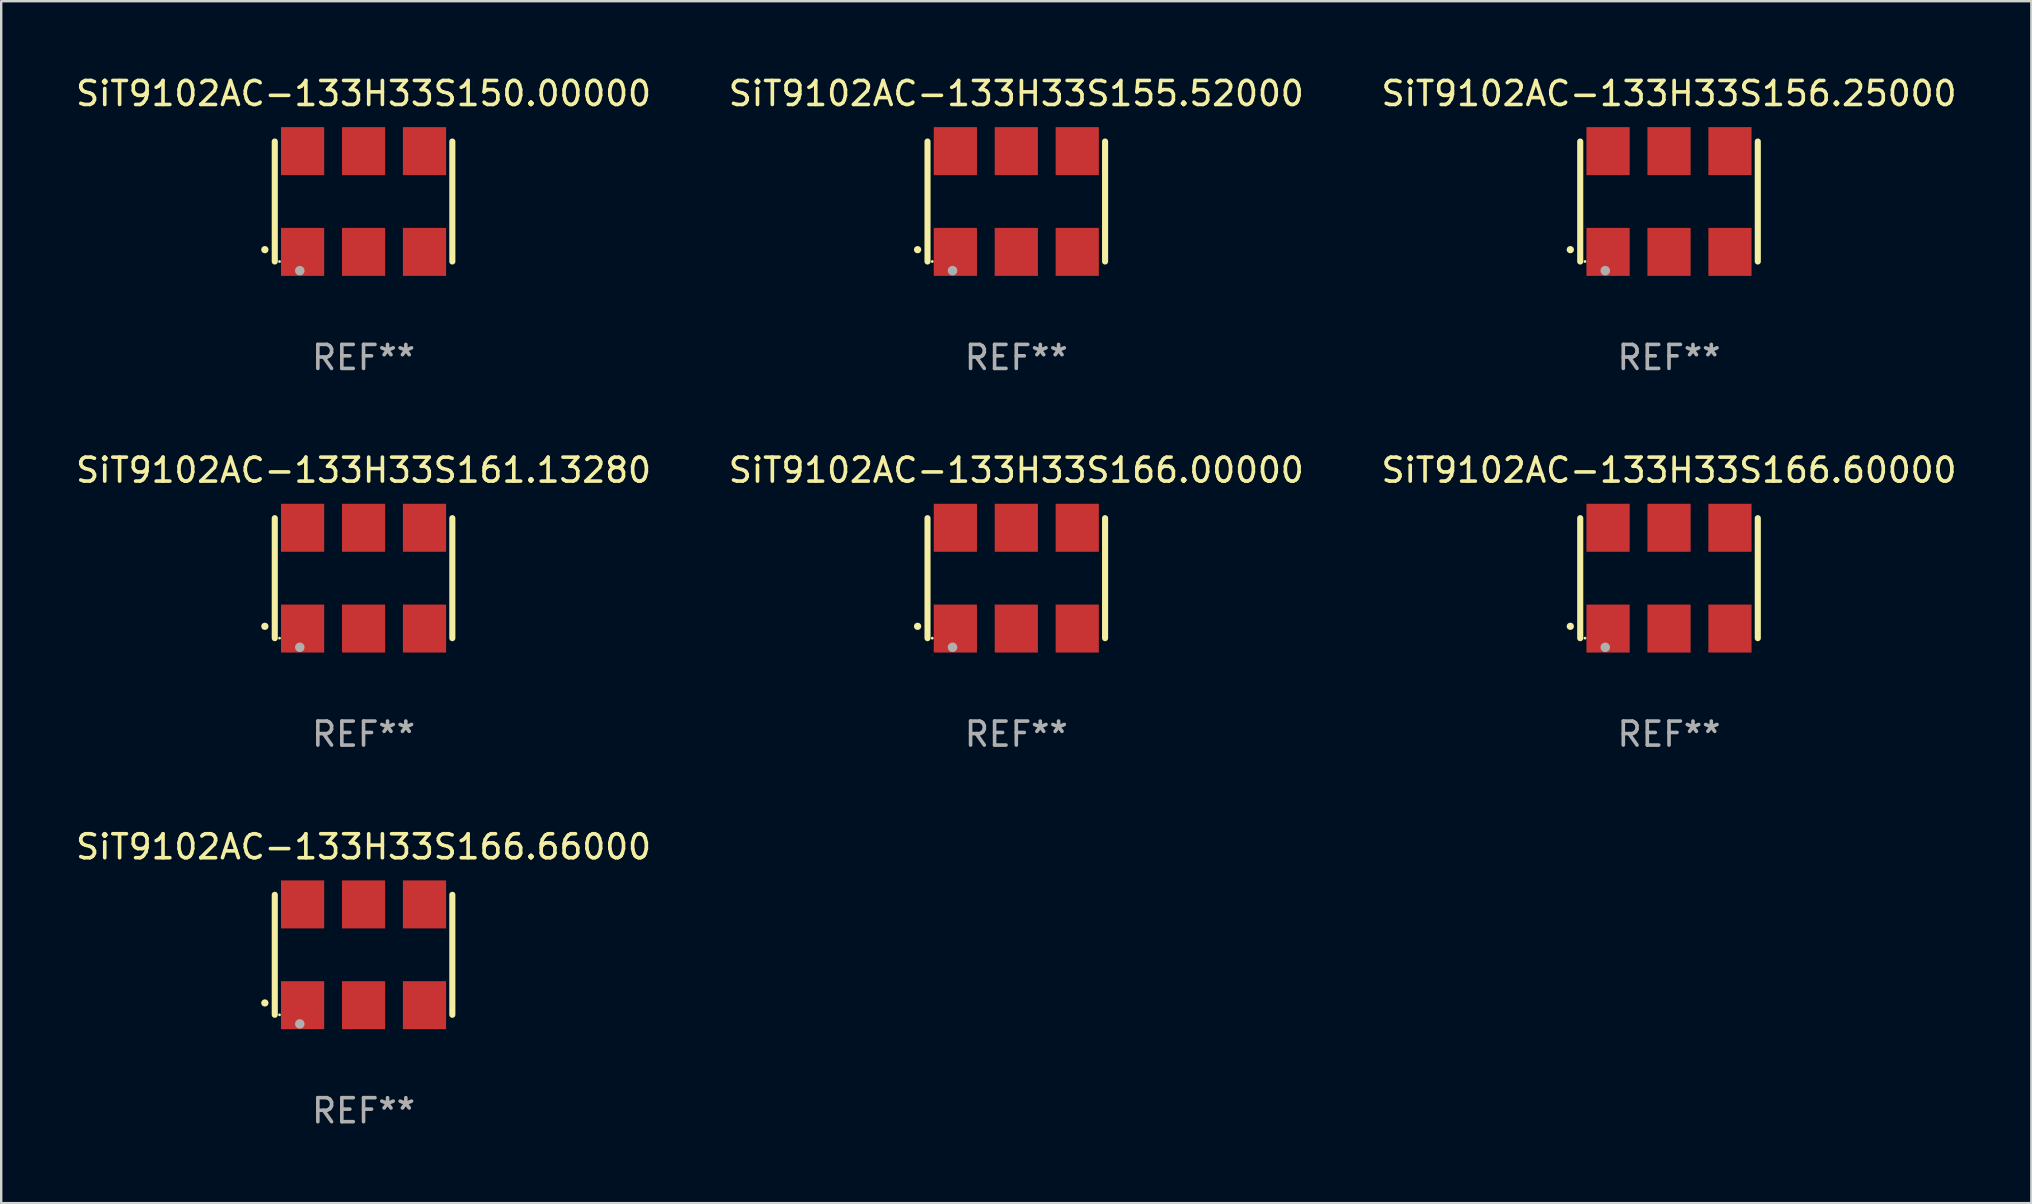
<source format=kicad_pcb>
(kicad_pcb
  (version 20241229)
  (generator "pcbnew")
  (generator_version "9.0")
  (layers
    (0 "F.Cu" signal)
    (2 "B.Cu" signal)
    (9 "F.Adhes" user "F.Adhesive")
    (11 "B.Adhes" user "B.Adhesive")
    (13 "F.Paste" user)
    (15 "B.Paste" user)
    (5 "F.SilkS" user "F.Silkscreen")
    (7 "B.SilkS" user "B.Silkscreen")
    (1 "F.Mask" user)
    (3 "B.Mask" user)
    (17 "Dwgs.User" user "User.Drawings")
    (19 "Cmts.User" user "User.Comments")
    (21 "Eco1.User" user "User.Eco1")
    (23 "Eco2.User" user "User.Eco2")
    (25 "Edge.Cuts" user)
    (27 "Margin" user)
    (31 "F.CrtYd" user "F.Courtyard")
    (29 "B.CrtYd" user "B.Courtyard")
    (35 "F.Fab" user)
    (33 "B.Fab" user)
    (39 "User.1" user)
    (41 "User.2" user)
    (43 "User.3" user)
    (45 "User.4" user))
  (footprint "SiT9102AC-133H33S166.66000"
    (layer "F.Cu")
    (at 12.101 36.741)
    (property "Reference" "SiT9102AC-133H33S166.66000" (at 0 -4.5 0) (layer "F.SilkS") (effects (font (size 1 1) (thickness 0.15))))
    (attr through_hole)
    (fp_line (start -3.7 -2.5) (end -3.7 2.5) (stroke (width 0.254) (type solid)) (layer "F.SilkS"))
    (fp_line (start 3.7 -2.5) (end 3.7 2.5) (stroke (width 0.254) (type solid)) (layer "F.SilkS"))
    (fp_arc (start -4.114415 2.006604) (mid -4.113145 2.006599) (end -4.111875 2.006604) (stroke (width 0.3) (type solid)) (layer "F.SilkS"))
    (fp_circle (center -3.502 2.5) (end -3.472 2.5) (stroke (width 0.06) (type solid)) (fill no) (layer "F.SilkS"))
    (fp_circle (center -2.657 2.882) (end -2.557 2.882) (stroke (width 0.2) (type solid)) (fill no) (layer "F.Fab"))
    (fp_text user "REF**" (at 0 6.5 0) (layer "F.Fab") (effects (font (size 1 1) (thickness 0.15))))
    (pad "1" smd rect (at -2.54 2.1) (size 1.8 2) (layers "F.Cu" "F.Mask" "F.Paste"))
    (pad "2" smd rect (at 0.000394 2.1) (size 1.8 2) (layers "F.Cu" "F.Mask" "F.Paste"))
    (pad "3" smd rect (at 2.54 2.1) (size 1.8 2) (layers "F.Cu" "F.Mask" "F.Paste"))
    (pad "4" smd rect (at 2.54 -2.1) (size 1.8 2) (layers "F.Cu" "F.Mask" "F.Paste"))
    (pad "5" smd rect (at 0.000394 -2.1) (size 1.8 2) (layers "F.Cu" "F.Mask" "F.Paste"))
    (pad "6" smd rect (at -2.54 -2.1) (size 1.8 2) (layers "F.Cu" "F.Mask" "F.Paste")))
  (footprint "SiT9102AC-133H33S166.60000"
    (layer "F.Cu")
    (at 66.506 21.045)
    (property "Reference" "SiT9102AC-133H33S166.60000" (at 0 -4.5 0) (layer "F.SilkS") (effects (font (size 1 1) (thickness 0.15))))
    (attr through_hole)
    (fp_line (start -3.7 -2.5) (end -3.7 2.5) (stroke (width 0.254) (type solid)) (layer "F.SilkS"))
    (fp_line (start 3.7 -2.5) (end 3.7 2.5) (stroke (width 0.254) (type solid)) (layer "F.SilkS"))
    (fp_arc (start -4.114415 2.006604) (mid -4.113145 2.006599) (end -4.111875 2.006604) (stroke (width 0.3) (type solid)) (layer "F.SilkS"))
    (fp_circle (center -3.502 2.5) (end -3.472 2.5) (stroke (width 0.06) (type solid)) (fill no) (layer "F.SilkS"))
    (fp_circle (center -2.657 2.882) (end -2.557 2.882) (stroke (width 0.2) (type solid)) (fill no) (layer "F.Fab"))
    (fp_text user "REF**" (at 0 6.5 0) (layer "F.Fab") (effects (font (size 1 1) (thickness 0.15))))
    (pad "1" smd rect (at -2.54 2.1) (size 1.8 2) (layers "F.Cu" "F.Mask" "F.Paste"))
    (pad "2" smd rect (at 0.000394 2.1) (size 1.8 2) (layers "F.Cu" "F.Mask" "F.Paste"))
    (pad "3" smd rect (at 2.54 2.1) (size 1.8 2) (layers "F.Cu" "F.Mask" "F.Paste"))
    (pad "4" smd rect (at 2.54 -2.1) (size 1.8 2) (layers "F.Cu" "F.Mask" "F.Paste"))
    (pad "5" smd rect (at 0.000394 -2.1) (size 1.8 2) (layers "F.Cu" "F.Mask" "F.Paste"))
    (pad "6" smd rect (at -2.54 -2.1) (size 1.8 2) (layers "F.Cu" "F.Mask" "F.Paste")))
  (footprint "SiT9102AC-133H33S150.00000"
    (layer "F.Cu")
    (at 12.101 5.348)
    (property "Reference" "SiT9102AC-133H33S150.00000" (at 0 -4.5 0) (layer "F.SilkS") (effects (font (size 1 1) (thickness 0.15))))
    (attr through_hole)
    (fp_line (start -3.7 -2.5) (end -3.7 2.5) (stroke (width 0.254) (type solid)) (layer "F.SilkS"))
    (fp_line (start 3.7 -2.5) (end 3.7 2.5) (stroke (width 0.254) (type solid)) (layer "F.SilkS"))
    (fp_arc (start -4.114415 2.006604) (mid -4.113145 2.006599) (end -4.111875 2.006604) (stroke (width 0.3) (type solid)) (layer "F.SilkS"))
    (fp_circle (center -3.502 2.5) (end -3.472 2.5) (stroke (width 0.06) (type solid)) (fill no) (layer "F.SilkS"))
    (fp_circle (center -2.657 2.882) (end -2.557 2.882) (stroke (width 0.2) (type solid)) (fill no) (layer "F.Fab"))
    (fp_text user "REF**" (at 0 6.5 0) (layer "F.Fab") (effects (font (size 1 1) (thickness 0.15))))
    (pad "1" smd rect (at -2.54 2.1) (size 1.8 2) (layers "F.Cu" "F.Mask" "F.Paste"))
    (pad "2" smd rect (at 0.000394 2.1) (size 1.8 2) (layers "F.Cu" "F.Mask" "F.Paste"))
    (pad "3" smd rect (at 2.54 2.1) (size 1.8 2) (layers "F.Cu" "F.Mask" "F.Paste"))
    (pad "4" smd rect (at 2.54 -2.1) (size 1.8 2) (layers "F.Cu" "F.Mask" "F.Paste"))
    (pad "5" smd rect (at 0.000394 -2.1) (size 1.8 2) (layers "F.Cu" "F.Mask" "F.Paste"))
    (pad "6" smd rect (at -2.54 -2.1) (size 1.8 2) (layers "F.Cu" "F.Mask" "F.Paste")))
  (footprint "SiT9102AC-133H33S166.00000"
    (layer "F.Cu")
    (at 39.304 21.045)
    (property "Reference" "SiT9102AC-133H33S166.00000" (at 0 -4.5 0) (layer "F.SilkS") (effects (font (size 1 1) (thickness 0.15))))
    (attr through_hole)
    (fp_line (start -3.7 -2.5) (end -3.7 2.5) (stroke (width 0.254) (type solid)) (layer "F.SilkS"))
    (fp_line (start 3.7 -2.5) (end 3.7 2.5) (stroke (width 0.254) (type solid)) (layer "F.SilkS"))
    (fp_arc (start -4.114415 2.006604) (mid -4.113145 2.006599) (end -4.111875 2.006604) (stroke (width 0.3) (type solid)) (layer "F.SilkS"))
    (fp_circle (center -3.502 2.5) (end -3.472 2.5) (stroke (width 0.06) (type solid)) (fill no) (layer "F.SilkS"))
    (fp_circle (center -2.657 2.882) (end -2.557 2.882) (stroke (width 0.2) (type solid)) (fill no) (layer "F.Fab"))
    (fp_text user "REF**" (at 0 6.5 0) (layer "F.Fab") (effects (font (size 1 1) (thickness 0.15))))
    (pad "1" smd rect (at -2.54 2.1) (size 1.8 2) (layers "F.Cu" "F.Mask" "F.Paste"))
    (pad "2" smd rect (at 0.000394 2.1) (size 1.8 2) (layers "F.Cu" "F.Mask" "F.Paste"))
    (pad "3" smd rect (at 2.54 2.1) (size 1.8 2) (layers "F.Cu" "F.Mask" "F.Paste"))
    (pad "4" smd rect (at 2.54 -2.1) (size 1.8 2) (layers "F.Cu" "F.Mask" "F.Paste"))
    (pad "5" smd rect (at 0.000394 -2.1) (size 1.8 2) (layers "F.Cu" "F.Mask" "F.Paste"))
    (pad "6" smd rect (at -2.54 -2.1) (size 1.8 2) (layers "F.Cu" "F.Mask" "F.Paste")))
  (footprint "SiT9102AC-133H33S161.13280"
    (layer "F.Cu")
    (at 12.101 21.045)
    (property "Reference" "SiT9102AC-133H33S161.13280" (at 0 -4.5 0) (layer "F.SilkS") (effects (font (size 1 1) (thickness 0.15))))
    (attr through_hole)
    (fp_line (start -3.7 -2.5) (end -3.7 2.5) (stroke (width 0.254) (type solid)) (layer "F.SilkS"))
    (fp_line (start 3.7 -2.5) (end 3.7 2.5) (stroke (width 0.254) (type solid)) (layer "F.SilkS"))
    (fp_arc (start -4.114415 2.006604) (mid -4.113145 2.006599) (end -4.111875 2.006604) (stroke (width 0.3) (type solid)) (layer "F.SilkS"))
    (fp_circle (center -3.502 2.5) (end -3.472 2.5) (stroke (width 0.06) (type solid)) (fill no) (layer "F.SilkS"))
    (fp_circle (center -2.657 2.882) (end -2.557 2.882) (stroke (width 0.2) (type solid)) (fill no) (layer "F.Fab"))
    (fp_text user "REF**" (at 0 6.5 0) (layer "F.Fab") (effects (font (size 1 1) (thickness 0.15))))
    (pad "1" smd rect (at -2.54 2.1) (size 1.8 2) (layers "F.Cu" "F.Mask" "F.Paste"))
    (pad "2" smd rect (at 0.000394 2.1) (size 1.8 2) (layers "F.Cu" "F.Mask" "F.Paste"))
    (pad "3" smd rect (at 2.54 2.1) (size 1.8 2) (layers "F.Cu" "F.Mask" "F.Paste"))
    (pad "4" smd rect (at 2.54 -2.1) (size 1.8 2) (layers "F.Cu" "F.Mask" "F.Paste"))
    (pad "5" smd rect (at 0.000394 -2.1) (size 1.8 2) (layers "F.Cu" "F.Mask" "F.Paste"))
    (pad "6" smd rect (at -2.54 -2.1) (size 1.8 2) (layers "F.Cu" "F.Mask" "F.Paste")))
  (footprint "SiT9102AC-133H33S156.25000"
    (layer "F.Cu")
    (at 66.506 5.348)
    (property "Reference" "SiT9102AC-133H33S156.25000" (at 0 -4.5 0) (layer "F.SilkS") (effects (font (size 1 1) (thickness 0.15))))
    (attr through_hole)
    (fp_line (start -3.7 -2.5) (end -3.7 2.5) (stroke (width 0.254) (type solid)) (layer "F.SilkS"))
    (fp_line (start 3.7 -2.5) (end 3.7 2.5) (stroke (width 0.254) (type solid)) (layer "F.SilkS"))
    (fp_arc (start -4.114415 2.006604) (mid -4.113145 2.006599) (end -4.111875 2.006604) (stroke (width 0.3) (type solid)) (layer "F.SilkS"))
    (fp_circle (center -3.502 2.5) (end -3.472 2.5) (stroke (width 0.06) (type solid)) (fill no) (layer "F.SilkS"))
    (fp_circle (center -2.657 2.882) (end -2.557 2.882) (stroke (width 0.2) (type solid)) (fill no) (layer "F.Fab"))
    (fp_text user "REF**" (at 0 6.5 0) (layer "F.Fab") (effects (font (size 1 1) (thickness 0.15))))
    (pad "1" smd rect (at -2.54 2.1) (size 1.8 2) (layers "F.Cu" "F.Mask" "F.Paste"))
    (pad "2" smd rect (at 0.000394 2.1) (size 1.8 2) (layers "F.Cu" "F.Mask" "F.Paste"))
    (pad "3" smd rect (at 2.54 2.1) (size 1.8 2) (layers "F.Cu" "F.Mask" "F.Paste"))
    (pad "4" smd rect (at 2.54 -2.1) (size 1.8 2) (layers "F.Cu" "F.Mask" "F.Paste"))
    (pad "5" smd rect (at 0.000394 -2.1) (size 1.8 2) (layers "F.Cu" "F.Mask" "F.Paste"))
    (pad "6" smd rect (at -2.54 -2.1) (size 1.8 2) (layers "F.Cu" "F.Mask" "F.Paste")))
  (footprint "SiT9102AC-133H33S155.52000"
    (layer "F.Cu")
    (at 39.304 5.348)
    (property "Reference" "SiT9102AC-133H33S155.52000" (at 0 -4.5 0) (layer "F.SilkS") (effects (font (size 1 1) (thickness 0.15))))
    (attr through_hole)
    (fp_line (start -3.7 -2.5) (end -3.7 2.5) (stroke (width 0.254) (type solid)) (layer "F.SilkS"))
    (fp_line (start 3.7 -2.5) (end 3.7 2.5) (stroke (width 0.254) (type solid)) (layer "F.SilkS"))
    (fp_arc (start -4.114415 2.006604) (mid -4.113145 2.006599) (end -4.111875 2.006604) (stroke (width 0.3) (type solid)) (layer "F.SilkS"))
    (fp_circle (center -3.502 2.5) (end -3.472 2.5) (stroke (width 0.06) (type solid)) (fill no) (layer "F.SilkS"))
    (fp_circle (center -2.657 2.882) (end -2.557 2.882) (stroke (width 0.2) (type solid)) (fill no) (layer "F.Fab"))
    (fp_text user "REF**" (at 0 6.5 0) (layer "F.Fab") (effects (font (size 1 1) (thickness 0.15))))
    (pad "1" smd rect (at -2.54 2.1) (size 1.8 2) (layers "F.Cu" "F.Mask" "F.Paste"))
    (pad "2" smd rect (at 0.000394 2.1) (size 1.8 2) (layers "F.Cu" "F.Mask" "F.Paste"))
    (pad "3" smd rect (at 2.54 2.1) (size 1.8 2) (layers "F.Cu" "F.Mask" "F.Paste"))
    (pad "4" smd rect (at 2.54 -2.1) (size 1.8 2) (layers "F.Cu" "F.Mask" "F.Paste"))
    (pad "5" smd rect (at 0.000394 -2.1) (size 1.8 2) (layers "F.Cu" "F.Mask" "F.Paste"))
    (pad "6" smd rect (at -2.54 -2.1) (size 1.8 2) (layers "F.Cu" "F.Mask" "F.Paste")))
  (gr_rect
    (start -3 -3)
    (end 81.607 47.09)
    (stroke (width 0.1) (type default))
    (fill no)
    (layer "Edge.Cuts")))
</source>
